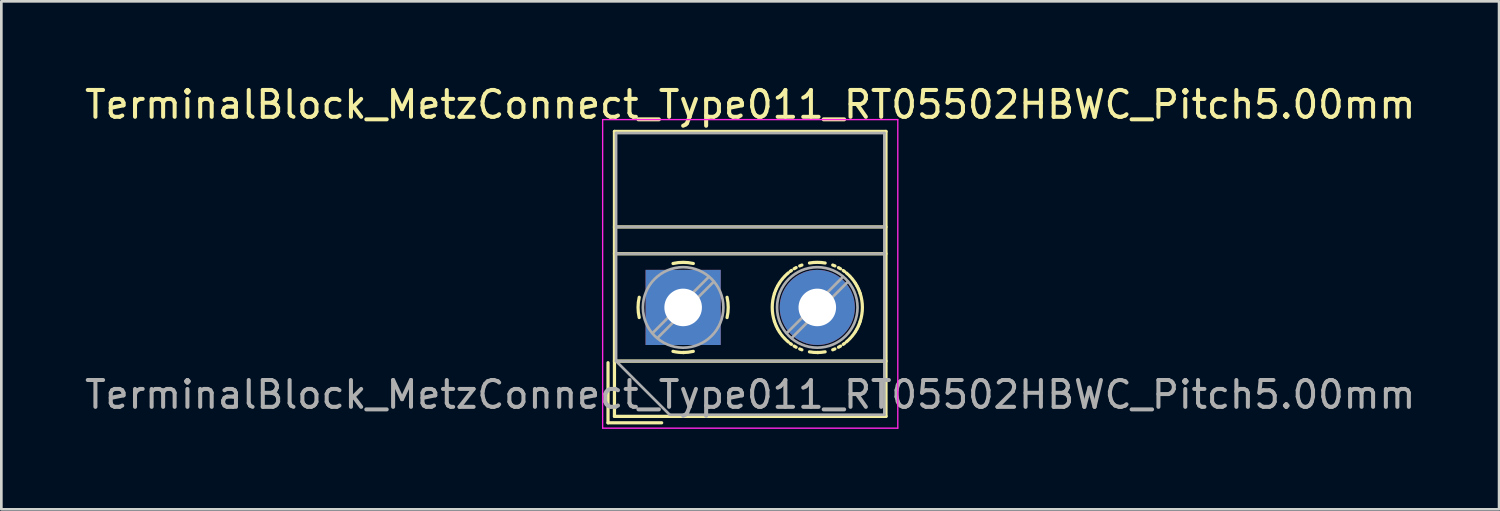
<source format=kicad_pcb>
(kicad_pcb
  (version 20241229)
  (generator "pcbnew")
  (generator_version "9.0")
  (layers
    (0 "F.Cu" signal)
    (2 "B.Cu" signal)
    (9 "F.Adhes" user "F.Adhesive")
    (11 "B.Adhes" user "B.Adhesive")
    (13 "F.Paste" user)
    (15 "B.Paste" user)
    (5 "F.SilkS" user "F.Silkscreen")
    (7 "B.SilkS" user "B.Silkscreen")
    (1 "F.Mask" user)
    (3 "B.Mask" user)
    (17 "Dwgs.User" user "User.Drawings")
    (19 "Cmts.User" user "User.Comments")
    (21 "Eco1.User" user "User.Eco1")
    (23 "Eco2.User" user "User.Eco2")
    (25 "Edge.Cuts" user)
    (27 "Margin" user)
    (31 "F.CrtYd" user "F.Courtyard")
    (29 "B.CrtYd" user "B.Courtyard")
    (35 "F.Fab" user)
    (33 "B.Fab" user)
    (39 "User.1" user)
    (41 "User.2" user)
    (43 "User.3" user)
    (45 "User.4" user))
  (footprint "TerminalBlock_MetzConnect_Type011_RT05502HBWC_Pitch5.00mm"
    (layer "F.Cu")
    (at 22.411 8.408)
    (property "Reference" "TerminalBlock_MetzConnect_Type011_RT05502HBWC_Pitch5.00mm" (at 2.5 -7.56 0) (layer "F.SilkS") (effects (font (size 1 1) (thickness 0.15))))
    (attr through_hole)
    (fp_line (start -2.8 2.06) (end -2.8 4.3) (stroke (width 0.12) (type solid)) (layer "F.SilkS"))
    (fp_line (start -2.8 4.3) (end -0.8 4.3) (stroke (width 0.12) (type solid)) (layer "F.SilkS"))
    (fp_line (start -2.56 -6.56) (end -2.56 4.06) (stroke (width 0.12) (type solid)) (layer "F.SilkS"))
    (fp_line (start -2.56 -3) (end 7.56 -3) (stroke (width 0.12) (type solid)) (layer "F.SilkS"))
    (fp_line (start -2.56 -2) (end 7.56 -2) (stroke (width 0.12) (type solid)) (layer "F.SilkS"))
    (fp_line (start -2.56 2) (end 7.56 2) (stroke (width 0.12) (type solid)) (layer "F.SilkS"))
    (fp_line (start -2.56 4.06) (end 7.56 4.06) (stroke (width 0.12) (type solid)) (layer "F.SilkS"))
    (fp_line (start 7.56 -6.56) (end -2.56 -6.56) (stroke (width 0.12) (type solid)) (layer "F.SilkS"))
    (fp_line (start 7.56 4.06) (end 7.56 -6.56) (stroke (width 0.12) (type solid)) (layer "F.SilkS"))
    (fp_arc (start -1.637469 0.376971) (mid -1.680301 -0.001041) (end -1.637 -0.379) (stroke (width 0.12) (type solid)) (layer "F.SilkS"))
    (fp_arc (start -0.376971 -1.637469) (mid 0.001041 -1.680301) (end 0.379 -1.637) (stroke (width 0.12) (type solid)) (layer "F.SilkS"))
    (fp_arc (start 0.028284 1.680063) (mid -0.176675 1.670987) (end -0.379 1.637) (stroke (width 0.12) (type solid)) (layer "F.SilkS"))
    (fp_arc (start 0.377918 1.636942) (mid 0.190182 1.669201) (end 0 1.68) (stroke (width 0.12) (type solid)) (layer "F.SilkS"))
    (fp_arc (start 1.63703 -0.377869) (mid 1.680075 0.000067) (end 1.637 0.378) (stroke (width 0.12) (type solid)) (layer "F.SilkS"))
    (fp_arc (start 3.402352 0.518004) (mid 3.320474 -0.001049) (end 3.403 -0.52) (stroke (width 0.12) (type solid)) (layer "F.SilkS"))
    (fp_arc (start 3.40259 -0.520111) (mid 3.416752 -0.561748) (end 3.432 -0.603) (stroke (width 0.12) (type solid)) (layer "F.SilkS"))
    (fp_arc (start 3.432351 0.601869) (mid 3.417133 0.560627) (end 3.403 0.519) (stroke (width 0.12) (type solid)) (layer "F.SilkS"))
    (fp_arc (start 3.443063 -0.630047) (mid 3.454296 -0.657124) (end 3.466 -0.684) (stroke (width 0.12) (type solid)) (layer "F.SilkS"))
    (fp_arc (start 3.465935 0.683955) (mid 3.454232 0.657078) (end 3.443 0.63) (stroke (width 0.12) (type solid)) (layer "F.SilkS"))
    (fp_arc (start 3.477739 -0.710304) (mid 3.496854 -0.749909) (end 3.517 -0.789) (stroke (width 0.12) (type solid)) (layer "F.SilkS"))
    (fp_arc (start 3.517244 0.788682) (mid 3.497107 0.749598) (end 3.478 0.71) (stroke (width 0.12) (type solid)) (layer "F.SilkS"))
    (fp_arc (start 3.53132 -0.815253) (mid 3.553164 -0.853419) (end 3.576 -0.891) (stroke (width 0.12) (type solid)) (layer "F.SilkS"))
    (fp_arc (start 3.575667 0.890765) (mid 3.552837 0.853175) (end 3.531 0.815) (stroke (width 0.12) (type solid)) (layer "F.SilkS"))
    (fp_arc (start 3.591155 -0.915521) (mid 3.615603 -0.952087) (end 3.641 -0.988) (stroke (width 0.12) (type solid)) (layer "F.SilkS"))
    (fp_arc (start 3.640818 0.987487) (mid 3.615435 0.95157) (end 3.591 0.915) (stroke (width 0.12) (type solid)) (layer "F.SilkS"))
    (fp_arc (start 3.677057 -1.035461) (mid 3.69533 -1.058392) (end 3.714 -1.081) (stroke (width 0.12) (type solid)) (layer "F.SilkS"))
    (fp_arc (start 3.712928 1.080576) (mid 3.694265 1.057949) (end 3.676 1.035) (stroke (width 0.12) (type solid)) (layer "F.SilkS"))
    (fp_arc (start 3.752399 -1.125248) (mid 3.782282 -1.157521) (end 3.813 -1.189) (stroke (width 0.12) (type solid)) (layer "F.SilkS"))
    (fp_arc (start 3.812536 1.187775) (mid 3.781851 1.156284) (end 3.752 1.124) (stroke (width 0.12) (type solid)) (layer "F.SilkS"))
    (fp_arc (start 3.85507 -1.229764) (mid 3.887654 -1.259313) (end 3.921 -1.288) (stroke (width 0.12) (type solid)) (layer "F.SilkS"))
    (fp_arc (start 3.92089 1.28724) (mid 3.887564 1.258551) (end 3.855 1.229) (stroke (width 0.12) (type solid)) (layer "F.SilkS"))
    (fp_arc (start 3.98953 -1.342553) (mid 4.013115 -1.359984) (end 4.037 -1.377) (stroke (width 0.12) (type solid)) (layer "F.SilkS"))
    (fp_arc (start 4.036451 1.376466) (mid 4.012575 1.35944) (end 3.989 1.342) (stroke (width 0.12) (type solid)) (layer "F.SilkS"))
    (fp_arc (start 4.135413 -1.440725) (mid 4.173423 -1.462864) (end 4.212 -1.484) (stroke (width 0.12) (type solid)) (layer "F.SilkS"))
    (fp_arc (start 4.211549 1.483297) (mid 4.172991 1.46215) (end 4.135 1.44) (stroke (width 0.12) (type solid)) (layer "F.SilkS"))
    (fp_arc (start 4.344148 -1.546795) (mid 4.384863 -1.563433) (end 4.426 -1.579) (stroke (width 0.12) (type solid)) (layer "F.SilkS"))
    (fp_arc (start 4.425863 1.579212) (mid 4.384721 1.563642) (end 4.344 1.547) (stroke (width 0.12) (type solid)) (layer "F.SilkS"))
    (fp_arc (start 4.708347 -1.655061) (mid 5.000176 -1.680562) (end 5.292 -1.655) (stroke (width 0.12) (type solid)) (layer "F.SilkS"))
    (fp_arc (start 5.029154 1.680309) (mid 4.867969 1.675367) (end 4.708 1.655) (stroke (width 0.12) (type solid)) (layer "F.SilkS"))
    (fp_arc (start 5.291729 1.654477) (mid 5.146422 1.673607) (end 5 1.68) (stroke (width 0.12) (type solid)) (layer "F.SilkS"))
    (fp_arc (start 5.575136 -1.579265) (mid 5.616279 -1.563669) (end 5.657 -1.547) (stroke (width 0.12) (type solid)) (layer "F.SilkS"))
    (fp_arc (start 5.65685 1.546743) (mid 5.616136 1.563407) (end 5.575 1.579) (stroke (width 0.12) (type solid)) (layer "F.SilkS"))
    (fp_arc (start 5.789449 -1.483349) (mid 5.828008 -1.462175) (end 5.866 -1.44) (stroke (width 0.12) (type solid)) (layer "F.SilkS"))
    (fp_arc (start 5.865585 1.440673) (mid 5.827576 1.462838) (end 5.789 1.484) (stroke (width 0.12) (type solid)) (layer "F.SilkS"))
    (fp_arc (start 5.964548 -1.376501) (mid 5.988425 -1.359458) (end 6.012 -1.342) (stroke (width 0.12) (type solid)) (layer "F.SilkS"))
    (fp_arc (start 6.011469 1.342518) (mid 5.987885 1.359966) (end 5.964 1.377) (stroke (width 0.12) (type solid)) (layer "F.SilkS"))
    (fp_arc (start 6.080109 -1.287293) (mid 6.113436 -1.258578) (end 6.146 -1.229) (stroke (width 0.12) (type solid)) (layer "F.SilkS"))
    (fp_arc (start 6.145876 1.228713) (mid 6.113319 1.258288) (end 6.08 1.287) (stroke (width 0.12) (type solid)) (layer "F.SilkS"))
    (fp_arc (start 6.18841 -1.188826) (mid 6.219123 -1.15731) (end 6.249 -1.125) (stroke (width 0.12) (type solid)) (layer "F.SilkS"))
    (fp_arc (start 6.248547 1.124197) (mid 6.218691 1.156495) (end 6.188 1.188) (stroke (width 0.12) (type solid)) (layer "F.SilkS"))
    (fp_arc (start 6.287072 -1.080576) (mid 6.305735 -1.057949) (end 6.324 -1.035) (stroke (width 0.12) (type solid)) (layer "F.SilkS"))
    (fp_arc (start 6.323907 1.034426) (mid 6.305652 1.057374) (end 6.287 1.08) (stroke (width 0.12) (type solid)) (layer "F.SilkS"))
    (fp_arc (start 6.36018 -0.98754) (mid 6.385565 -0.951596) (end 6.41 -0.915) (stroke (width 0.12) (type solid)) (layer "F.SilkS"))
    (fp_arc (start 6.409844 0.915469) (mid 6.385397 0.952061) (end 6.36 0.988) (stroke (width 0.12) (type solid)) (layer "F.SilkS"))
    (fp_arc (start 6.425332 -0.890817) (mid 6.448162 -0.853201) (end 6.47 -0.815) (stroke (width 0.12) (type solid)) (layer "F.SilkS"))
    (fp_arc (start 6.469678 0.8152) (mid 6.447835 0.853392) (end 6.425 0.891) (stroke (width 0.12) (type solid)) (layer "F.SilkS"))
    (fp_arc (start 6.483754 -0.788735) (mid 6.503892 -0.749624) (end 6.523 -0.71) (stroke (width 0.12) (type solid)) (layer "F.SilkS"))
    (fp_arc (start 6.523259 0.710252) (mid 6.504145 0.749883) (end 6.484 0.789) (stroke (width 0.12) (type solid)) (layer "F.SilkS"))
    (fp_arc (start 6.535064 -0.68399) (mid 6.546768 -0.657095) (end 6.558 -0.63) (stroke (width 0.12) (type solid)) (layer "F.SilkS"))
    (fp_arc (start 6.557936 0.630013) (mid 6.546704 0.657107) (end 6.535 0.684) (stroke (width 0.12) (type solid)) (layer "F.SilkS"))
    (fp_arc (start 6.568595 -0.60292) (mid 6.58384 -0.561652) (end 6.598 -0.52) (stroke (width 0.12) (type solid)) (layer "F.SilkS"))
    (fp_arc (start 6.598408 0.520058) (mid 6.584247 0.561721) (end 6.569 0.603) (stroke (width 0.12) (type solid)) (layer "F.SilkS"))
    (fp_arc (start 6.598457 -0.518592) (mid 6.680477 0.00074) (end 6.598 0.52) (stroke (width 0.12) (type solid)) (layer "F.SilkS"))
    (fp_line (start -3 -7) (end -3 4.5) (stroke (width 0.05) (type solid)) (layer "F.CrtYd"))
    (fp_line (start -3 4.5) (end 8 4.5) (stroke (width 0.05) (type solid)) (layer "F.CrtYd"))
    (fp_line (start 8 -7) (end -3 -7) (stroke (width 0.05) (type solid)) (layer "F.CrtYd"))
    (fp_line (start 8 4.5) (end 8 -7) (stroke (width 0.05) (type solid)) (layer "F.CrtYd"))
    (fp_line (start -2.5 -6.5) (end 7.5 -6.5) (stroke (width 0.1) (type solid)) (layer "F.Fab"))
    (fp_line (start -2.5 -3) (end 7.5 -3) (stroke (width 0.1) (type solid)) (layer "F.Fab"))
    (fp_line (start -2.5 -2) (end 7.5 -2) (stroke (width 0.1) (type solid)) (layer "F.Fab"))
    (fp_line (start -2.5 2) (end -2.5 -6.5) (stroke (width 0.1) (type solid)) (layer "F.Fab"))
    (fp_line (start -2.5 2) (end 7.5 2) (stroke (width 0.1) (type solid)) (layer "F.Fab"))
    (fp_line (start -0.5 4) (end -2.5 2) (stroke (width 0.1) (type solid)) (layer "F.Fab"))
    (fp_line (start 0.955 -1.138) (end -1.138 0.955) (stroke (width 0.1) (type solid)) (layer "F.Fab"))
    (fp_line (start 1.138 -0.955) (end -0.955 1.138) (stroke (width 0.1) (type solid)) (layer "F.Fab"))
    (fp_line (start 5.955 -1.138) (end 3.863 0.955) (stroke (width 0.1) (type solid)) (layer "F.Fab"))
    (fp_line (start 6.138 -0.955) (end 4.046 1.138) (stroke (width 0.1) (type solid)) (layer "F.Fab"))
    (fp_line (start 7.5 -6.5) (end 7.5 4) (stroke (width 0.1) (type solid)) (layer "F.Fab"))
    (fp_line (start 7.5 4) (end -0.5 4) (stroke (width 0.1) (type solid)) (layer "F.Fab"))
    (fp_circle (center 0 0) (end 1.5 0) (stroke (width 0.1) (type solid)) (fill no) (layer "F.Fab"))
    (fp_circle (center 5 0) (end 6.5 0) (stroke (width 0.1) (type solid)) (fill no) (layer "F.Fab"))
    (fp_text user "${REFERENCE}" (at 2.5 3.25 0) (layer "F.Fab") (effects (font (size 1 1) (thickness 0.15))))
    (pad "1" thru_hole rect (at 0 0) (size 2.8 2.8) (drill 1.4) (layers "*.Cu" "*.Mask"))
    (pad "2" thru_hole circle (at 5 0) (size 2.8 2.8) (drill 1.4) (layers "*.Cu" "*.Mask")))
  (gr_rect
    (start -3 -3)
    (end 52.821 15.933)
    (stroke (width 0.1) (type default))
    (fill no)
    (layer "Edge.Cuts")))
</source>
